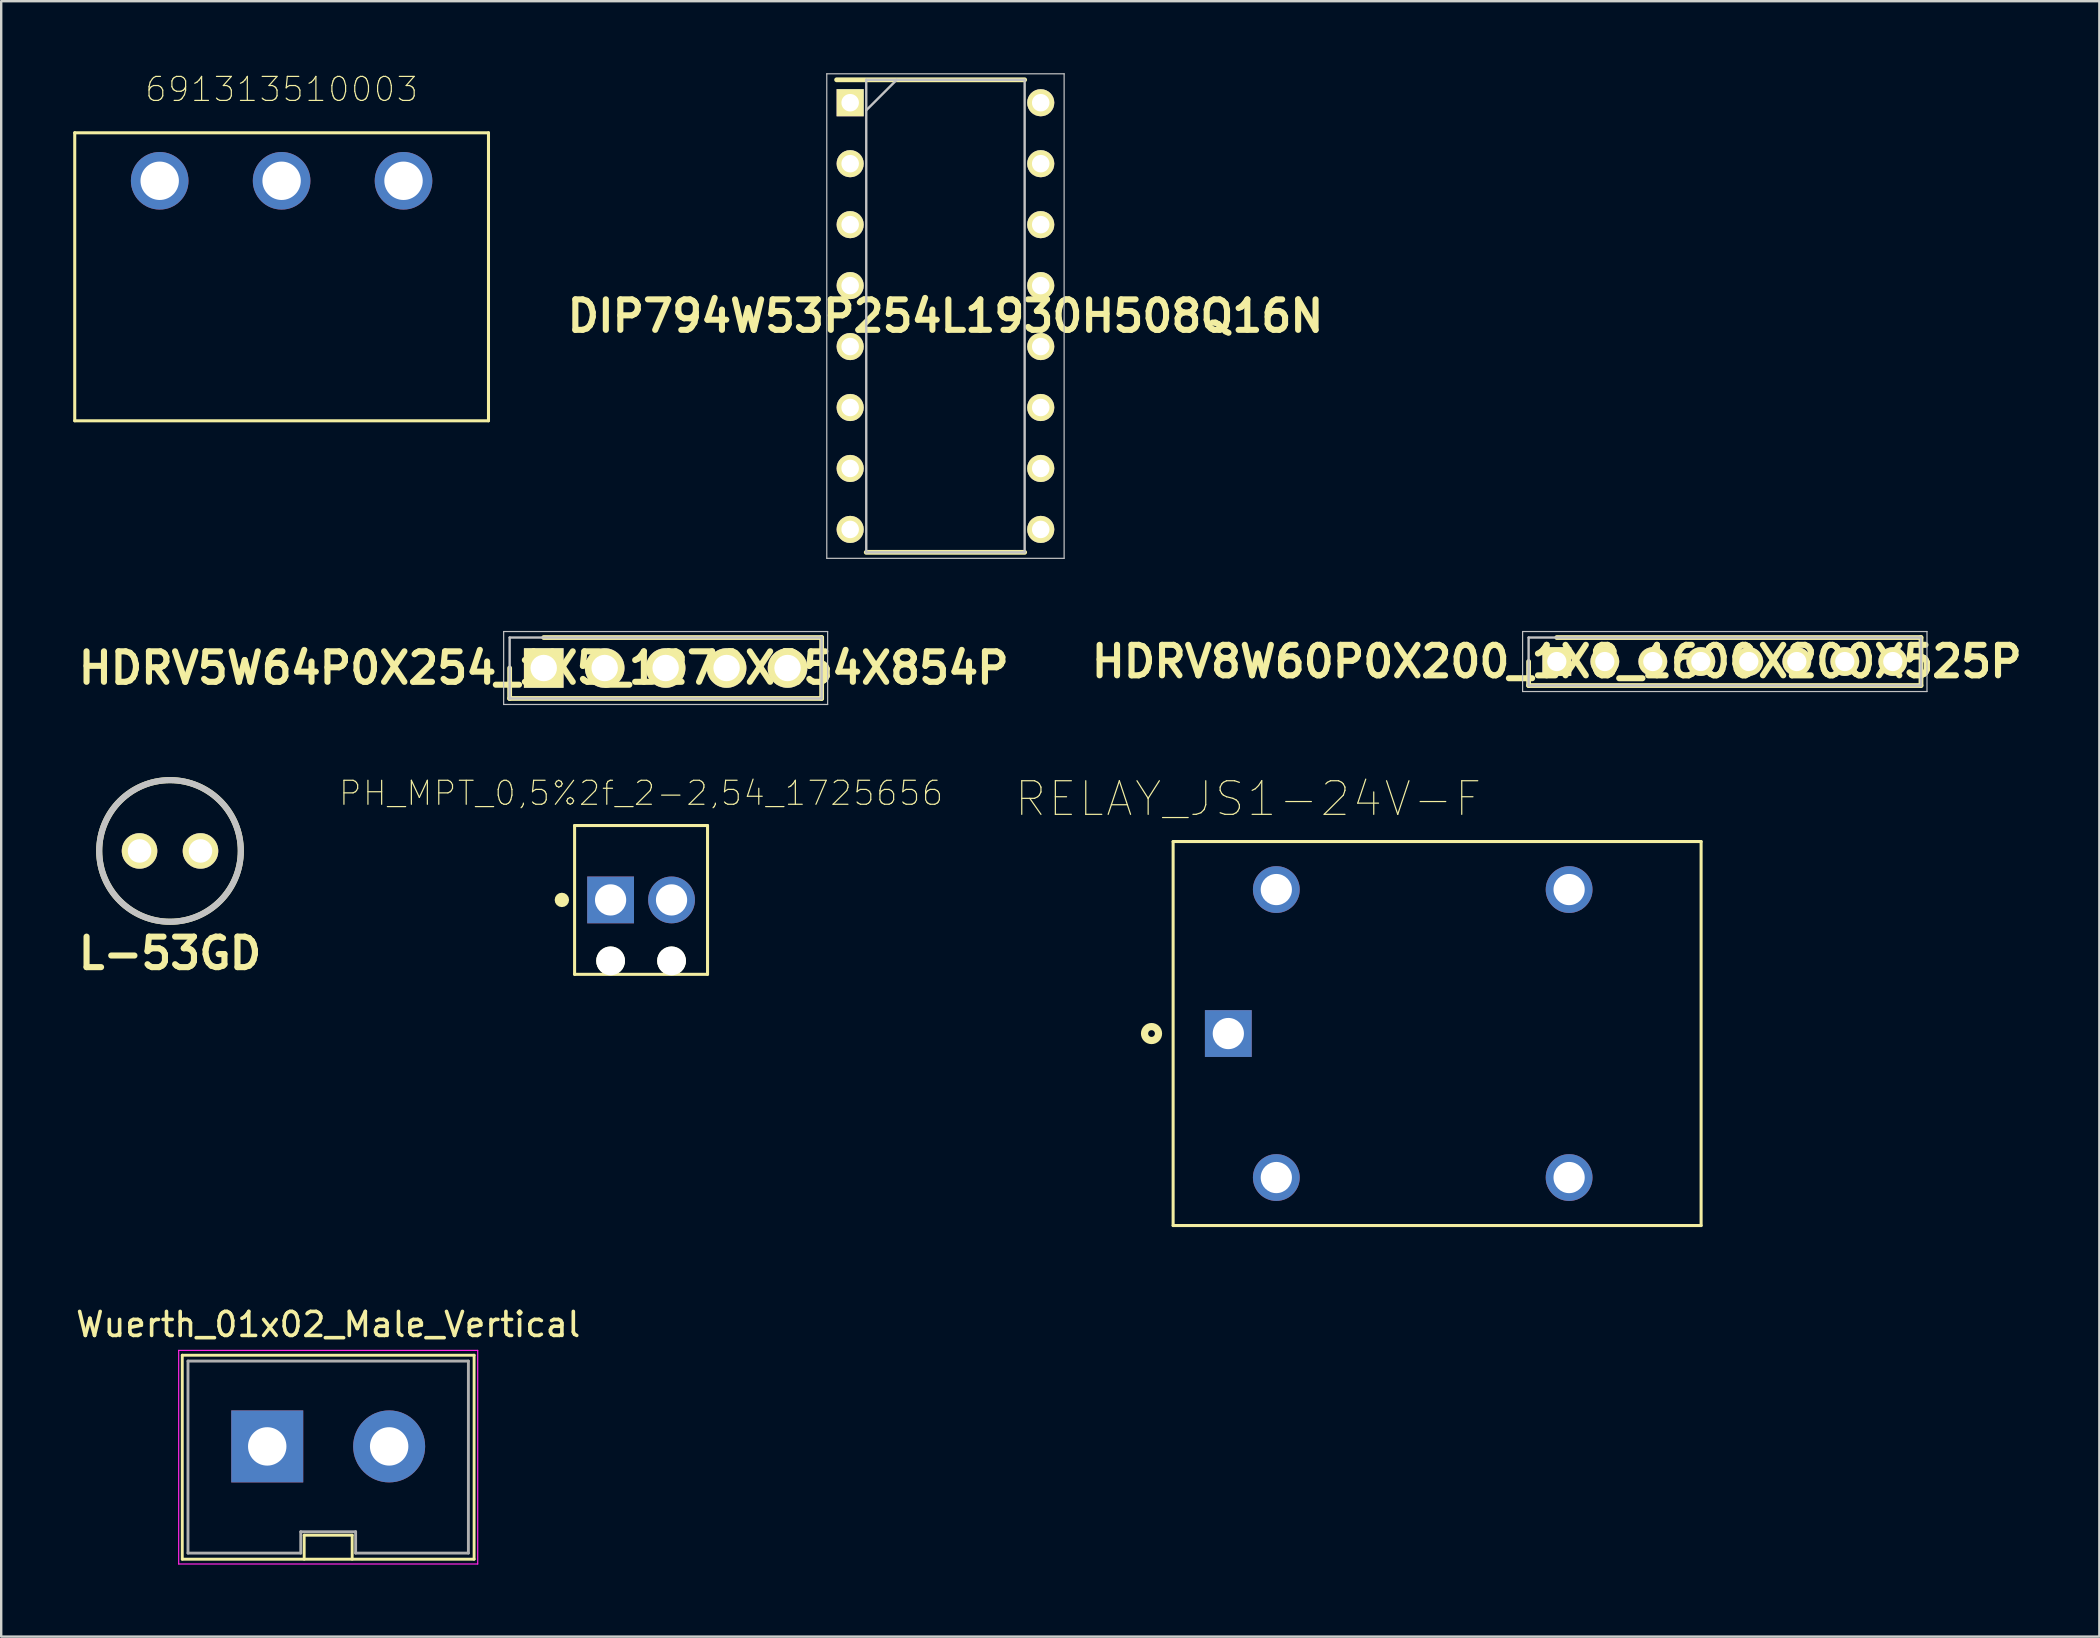
<source format=kicad_pcb>
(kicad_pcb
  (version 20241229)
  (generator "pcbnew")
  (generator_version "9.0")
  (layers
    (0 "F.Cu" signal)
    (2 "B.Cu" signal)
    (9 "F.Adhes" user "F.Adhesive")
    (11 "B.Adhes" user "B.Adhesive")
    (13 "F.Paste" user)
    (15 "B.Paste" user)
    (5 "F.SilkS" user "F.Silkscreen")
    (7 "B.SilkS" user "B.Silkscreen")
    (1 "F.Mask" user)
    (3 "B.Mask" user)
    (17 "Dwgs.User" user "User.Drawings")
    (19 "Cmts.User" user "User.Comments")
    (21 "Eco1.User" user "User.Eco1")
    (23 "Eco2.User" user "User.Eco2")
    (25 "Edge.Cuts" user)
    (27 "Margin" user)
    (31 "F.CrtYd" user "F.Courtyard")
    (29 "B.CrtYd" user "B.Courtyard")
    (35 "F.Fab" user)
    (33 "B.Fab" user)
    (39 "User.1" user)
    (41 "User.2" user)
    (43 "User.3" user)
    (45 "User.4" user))
  (footprint "HDRV5W64P0X254_1X5_1270X254X854P"
    (layer "F.Cu")
    (at 19.606 24.785)
    (property "Reference" "HDRV5W64P0X254_1X5_1270X254X854P" (at 0 0 0) (layer "F.SilkS") (effects (font (size 1.27 1.27) (thickness 0.254))))
    (attr through_hole)
    (fp_line (start -1.42 0) (end -1.42 1.27) (stroke (width 0.2) (type solid)) (layer "F.SilkS"))
    (fp_line (start -1.42 1.27) (end 11.58 1.27) (stroke (width 0.2) (type solid)) (layer "F.SilkS"))
    (fp_line (start 11.58 -1.27) (end 0 -1.27) (stroke (width 0.2) (type solid)) (layer "F.SilkS"))
    (fp_line (start 11.58 1.27) (end 11.58 -1.27) (stroke (width 0.2) (type solid)) (layer "F.SilkS"))
    (fp_line (start -1.67 -1.52) (end 11.83 -1.52) (stroke (width 0.05) (type solid)) (layer "Dwgs.User"))
    (fp_line (start -1.67 1.52) (end -1.67 -1.52) (stroke (width 0.05) (type solid)) (layer "Dwgs.User"))
    (fp_line (start -1.42 -1.27) (end 11.58 -1.27) (stroke (width 0.1) (type solid)) (layer "Dwgs.User"))
    (fp_line (start -1.42 1.27) (end -1.42 -1.27) (stroke (width 0.1) (type solid)) (layer "Dwgs.User"))
    (fp_line (start 11.58 -1.27) (end 11.58 1.27) (stroke (width 0.1) (type solid)) (layer "Dwgs.User"))
    (fp_line (start 11.58 1.27) (end -1.42 1.27) (stroke (width 0.1) (type solid)) (layer "Dwgs.User"))
    (fp_line (start 11.83 -1.52) (end 11.83 1.52) (stroke (width 0.05) (type solid)) (layer "Dwgs.User"))
    (fp_line (start 11.83 1.52) (end -1.67 1.52) (stroke (width 0.05) (type solid)) (layer "Dwgs.User"))
    (pad "1" thru_hole rect (at 0 0 90) (size 1.65 1.65) (drill 1.1) (layers "*.Cu" "*.Mask" "F.SilkS"))
    (pad "2" thru_hole circle (at 2.54 0 90) (size 1.65 1.65) (drill 1.1) (layers "*.Cu" "*.Mask" "F.SilkS"))
    (pad "3" thru_hole circle (at 5.08 0 90) (size 1.65 1.65) (drill 1.1) (layers "*.Cu" "*.Mask" "F.SilkS"))
    (pad "4" thru_hole circle (at 7.62 0 90) (size 1.65 1.65) (drill 1.1) (layers "*.Cu" "*.Mask" "F.SilkS"))
    (pad "5" thru_hole circle (at 10.16 0 90) (size 1.65 1.65) (drill 1.1) (layers "*.Cu" "*.Mask" "F.SilkS")))
  (footprint "L-53GD"
    (layer "F.Cu")
    (at 4.034 32.407)
    (property "Reference" "L-53GD" (at 0 4.267 0) (layer "F.SilkS") (effects (font (size 1.27 1.27) (thickness 0.254))))
    (attr through_hole)
    (fp_circle (center 0 0) (end 2.95 0) (stroke (width 0.254) (type solid)) (fill no) (layer "F.SilkS"))
    (fp_circle (center 0 0) (end 2.95 0) (stroke (width 0.254) (type solid)) (fill no) (layer "Dwgs.User"))
    (pad "1" thru_hole circle (at -1.27 0 90) (size 1.48 1.48) (drill 0.98) (layers "*.Cu" "*.Mask" "F.SilkS"))
    (pad "2" thru_hole circle (at 1.27 0 90) (size 1.48 1.48) (drill 0.98) (layers "*.Cu" "*.Mask" "F.SilkS")))
  (footprint "HDRV8W60P0X200_1X8_1600X200X525P"
    (layer "F.Cu")
    (at 61.819 24.515)
    (property "Reference" "HDRV8W60P0X200_1X8_1600X200X525P" (at 0 0 0) (layer "F.SilkS") (effects (font (size 1.27 1.27) (thickness 0.254))))
    (attr through_hole)
    (fp_line (start -1.175 0) (end -1.175 1) (stroke (width 0.2) (type solid)) (layer "F.SilkS"))
    (fp_line (start -1.175 1) (end 15.175 1) (stroke (width 0.2) (type solid)) (layer "F.SilkS"))
    (fp_line (start 15.175 -1) (end 0 -1) (stroke (width 0.2) (type solid)) (layer "F.SilkS"))
    (fp_line (start 15.175 1) (end 15.175 -1) (stroke (width 0.2) (type solid)) (layer "F.SilkS"))
    (fp_line (start -1.425 -1.25) (end 15.425 -1.25) (stroke (width 0.05) (type solid)) (layer "Dwgs.User"))
    (fp_line (start -1.425 1.25) (end -1.425 -1.25) (stroke (width 0.05) (type solid)) (layer "Dwgs.User"))
    (fp_line (start -1.175 -1) (end 15.175 -1) (stroke (width 0.1) (type solid)) (layer "Dwgs.User"))
    (fp_line (start -1.175 1) (end -1.175 -1) (stroke (width 0.1) (type solid)) (layer "Dwgs.User"))
    (fp_line (start 15.175 -1) (end 15.175 1) (stroke (width 0.1) (type solid)) (layer "Dwgs.User"))
    (fp_line (start 15.175 1) (end -1.175 1) (stroke (width 0.1) (type solid)) (layer "Dwgs.User"))
    (fp_line (start 15.425 -1.25) (end 15.425 1.25) (stroke (width 0.05) (type solid)) (layer "Dwgs.User"))
    (fp_line (start 15.425 1.25) (end -1.425 1.25) (stroke (width 0.05) (type solid)) (layer "Dwgs.User"))
    (pad "1" thru_hole rect (at 0 0 90) (size 1.2 1.2) (drill 0.8) (layers "*.Cu" "*.Mask" "F.SilkS"))
    (pad "2" thru_hole circle (at 2 0 90) (size 1.2 1.2) (drill 0.8) (layers "*.Cu" "*.Mask" "F.SilkS"))
    (pad "3" thru_hole circle (at 4 0 90) (size 1.2 1.2) (drill 0.8) (layers "*.Cu" "*.Mask" "F.SilkS"))
    (pad "4" thru_hole circle (at 6 0 90) (size 1.2 1.2) (drill 0.8) (layers "*.Cu" "*.Mask" "F.SilkS"))
    (pad "5" thru_hole circle (at 8 0 90) (size 1.2 1.2) (drill 0.8) (layers "*.Cu" "*.Mask" "F.SilkS"))
    (pad "6" thru_hole circle (at 10 0 90) (size 1.2 1.2) (drill 0.8) (layers "*.Cu" "*.Mask" "F.SilkS"))
    (pad "7" thru_hole circle (at 12 0 90) (size 1.2 1.2) (drill 0.8) (layers "*.Cu" "*.Mask" "F.SilkS"))
    (pad "8" thru_hole circle (at 14 0 90) (size 1.2 1.2) (drill 0.8) (layers "*.Cu" "*.Mask" "F.SilkS")))
  (footprint "DIP794W53P254L1930H508Q16N"
    (layer "F.Cu")
    (at 36.345 10.12)
    (property "Reference" "DIP794W53P254L1930H508Q16N" (at 0 0 0) (layer "F.SilkS") (effects (font (size 1.27 1.27) (thickness 0.254))))
    (attr through_hole)
    (fp_line (start -4.535 -9.845) (end 3.3 -9.845) (stroke (width 0.2) (type solid)) (layer "F.SilkS"))
    (fp_line (start -3.3 9.845) (end 3.3 9.845) (stroke (width 0.2) (type solid)) (layer "F.SilkS"))
    (fp_line (start -4.945 -10.095) (end 4.945 -10.095) (stroke (width 0.05) (type solid)) (layer "Dwgs.User"))
    (fp_line (start -4.945 10.095) (end -4.945 -10.095) (stroke (width 0.05) (type solid)) (layer "Dwgs.User"))
    (fp_line (start -3.3 -9.845) (end 3.3 -9.845) (stroke (width 0.1) (type solid)) (layer "Dwgs.User"))
    (fp_line (start -3.3 -8.575) (end -2.03 -9.845) (stroke (width 0.1) (type solid)) (layer "Dwgs.User"))
    (fp_line (start -3.3 9.845) (end -3.3 -9.845) (stroke (width 0.1) (type solid)) (layer "Dwgs.User"))
    (fp_line (start 3.3 -9.845) (end 3.3 9.845) (stroke (width 0.1) (type solid)) (layer "Dwgs.User"))
    (fp_line (start 3.3 9.845) (end -3.3 9.845) (stroke (width 0.1) (type solid)) (layer "Dwgs.User"))
    (fp_line (start 4.945 -10.095) (end 4.945 10.095) (stroke (width 0.05) (type solid)) (layer "Dwgs.User"))
    (fp_line (start 4.945 10.095) (end -4.945 10.095) (stroke (width 0.05) (type solid)) (layer "Dwgs.User"))
    (pad "1" thru_hole rect (at -3.97 -8.89 90) (size 1.13 1.13) (drill 0.73) (layers "*.Cu" "*.Mask" "F.SilkS"))
    (pad "2" thru_hole circle (at -3.97 -6.35 90) (size 1.13 1.13) (drill 0.73) (layers "*.Cu" "*.Mask" "F.SilkS"))
    (pad "3" thru_hole circle (at -3.97 -3.81 90) (size 1.13 1.13) (drill 0.73) (layers "*.Cu" "*.Mask" "F.SilkS"))
    (pad "4" thru_hole circle (at -3.97 -1.27 90) (size 1.13 1.13) (drill 0.73) (layers "*.Cu" "*.Mask" "F.SilkS"))
    (pad "5" thru_hole circle (at -3.97 1.27 90) (size 1.13 1.13) (drill 0.73) (layers "*.Cu" "*.Mask" "F.SilkS"))
    (pad "6" thru_hole circle (at -3.97 3.81 90) (size 1.13 1.13) (drill 0.73) (layers "*.Cu" "*.Mask" "F.SilkS"))
    (pad "7" thru_hole circle (at -3.97 6.35 90) (size 1.13 1.13) (drill 0.73) (layers "*.Cu" "*.Mask" "F.SilkS"))
    (pad "8" thru_hole circle (at -3.97 8.89 90) (size 1.13 1.13) (drill 0.73) (layers "*.Cu" "*.Mask" "F.SilkS"))
    (pad "9" thru_hole circle (at 3.97 8.89 90) (size 1.13 1.13) (drill 0.73) (layers "*.Cu" "*.Mask" "F.SilkS"))
    (pad "10" thru_hole circle (at 3.97 6.35 90) (size 1.13 1.13) (drill 0.73) (layers "*.Cu" "*.Mask" "F.SilkS"))
    (pad "11" thru_hole circle (at 3.97 3.81 90) (size 1.13 1.13) (drill 0.73) (layers "*.Cu" "*.Mask" "F.SilkS"))
    (pad "12" thru_hole circle (at 3.97 1.27 90) (size 1.13 1.13) (drill 0.73) (layers "*.Cu" "*.Mask" "F.SilkS"))
    (pad "13" thru_hole circle (at 3.97 -1.27 90) (size 1.13 1.13) (drill 0.73) (layers "*.Cu" "*.Mask" "F.SilkS"))
    (pad "14" thru_hole circle (at 3.97 -3.81 90) (size 1.13 1.13) (drill 0.73) (layers "*.Cu" "*.Mask" "F.SilkS"))
    (pad "15" thru_hole circle (at 3.97 -6.35 90) (size 1.13 1.13) (drill 0.73) (layers "*.Cu" "*.Mask" "F.SilkS"))
    (pad "16" thru_hole circle (at 3.97 -8.89 90) (size 1.13 1.13) (drill 0.73) (layers "*.Cu" "*.Mask" "F.SilkS")))
  (footprint "RELAY_JS1-24V-F"
    (layer "F.Cu")
    (at 56.832 40.016)
    (property "Reference" "RELAY_JS1-24V-F" (at -7.874 -9.779 0) (layer "F.SilkS") (effects (font (size 1.4 1.4) (thickness 0.05))))
    (attr through_hole)
    (fp_line (start -11 -8) (end 11 -8) (stroke (width 0.127) (type solid)) (layer "F.SilkS"))
    (fp_line (start -11 8) (end -11 -8) (stroke (width 0.127) (type solid)) (layer "F.SilkS"))
    (fp_line (start 11 -8) (end 11 8) (stroke (width 0.127) (type solid)) (layer "F.SilkS"))
    (fp_line (start 11 8) (end -11 8) (stroke (width 0.127) (type solid)) (layer "F.SilkS"))
    (fp_circle (center -11.9 0) (end -11.759 0) (stroke (width 0.3) (type solid)) (fill no) (layer "F.SilkS"))
    (fp_line (start -11.25 -8.25) (end 11.25 -8.25) (stroke (width 0.05) (type solid)) (layer "Eco1.User"))
    (fp_line (start -11.25 8.25) (end -11.25 -8.25) (stroke (width 0.05) (type solid)) (layer "Eco1.User"))
    (fp_line (start 11.25 -8.25) (end 11.25 8.25) (stroke (width 0.05) (type solid)) (layer "Eco1.User"))
    (fp_line (start 11.25 8.25) (end -11.25 8.25) (stroke (width 0.05) (type solid)) (layer "Eco1.User"))
    (fp_line (start -11 -8) (end 11 -8) (stroke (width 0.127) (type solid)) (layer "Eco2.User"))
    (fp_line (start -11 8) (end -11 -8) (stroke (width 0.127) (type solid)) (layer "Eco2.User"))
    (fp_line (start 11 -8) (end 11 8) (stroke (width 0.127) (type solid)) (layer "Eco2.User"))
    (fp_line (start 11 8) (end -11 8) (stroke (width 0.127) (type solid)) (layer "Eco2.User"))
    (fp_circle (center -11.9 0) (end -11.759 0) (stroke (width 0.3) (type solid)) (fill no) (layer "Eco2.User"))
    (pad "1" thru_hole rect (at -8.7 0) (size 1.95 1.95) (drill 1.3) (layers "*.Cu" "*.Mask"))
    (pad "2" thru_hole circle (at -6.7 6) (size 1.95 1.95) (drill 1.3) (layers "*.Cu" "*.Mask"))
    (pad "3" thru_hole circle (at 5.5 6) (size 1.95 1.95) (drill 1.3) (layers "*.Cu" "*.Mask"))
    (pad "4" thru_hole circle (at 5.5 -6) (size 1.95 1.95) (drill 1.3) (layers "*.Cu" "*.Mask"))
    (pad "5" thru_hole circle (at -6.7 -6) (size 1.95 1.95) (drill 1.3) (layers "*.Cu" "*.Mask")))
  (footprint "691313510003"
    (layer "F.Cu")
    (at 8.684 4.483)
    (property "Reference" "691313510003" (at 0 -3.81 0) (layer "F.SilkS") (effects (font (size 1 1) (thickness 0.05))))
    (attr through_hole)
    (fp_line (start -8.62 -2) (end -8.62 10) (stroke (width 0.127) (type solid)) (layer "F.SilkS"))
    (fp_line (start -8.62 10) (end 8.62 10) (stroke (width 0.127) (type solid)) (layer "F.SilkS"))
    (fp_line (start 8.62 -2) (end -8.62 -2) (stroke (width 0.127) (type solid)) (layer "F.SilkS"))
    (fp_line (start 8.62 10) (end 8.62 -2) (stroke (width 0.127) (type solid)) (layer "F.SilkS"))
    (pad "1" thru_hole circle (at -5.08 0) (size 2.4 2.4) (drill 1.6) (layers "*.Cu" "*.Mask"))
    (pad "2" thru_hole circle (at 0 0) (size 2.4 2.4) (drill 1.6) (layers "*.Cu" "*.Mask"))
    (pad "3" thru_hole circle (at 5.08 0) (size 2.4 2.4) (drill 1.6) (layers "*.Cu" "*.Mask")))
  (footprint "PH_MPT_0,5%2f_2-2,54_1725656"
    (layer "F.Cu")
    (at 23.662 34.448)
    (property "Reference" "PH_MPT_0,5%2f_2-2,54_1725656" (at 0 -4.445 0) (layer "F.SilkS") (effects (font (size 1 1) (thickness 0.05))))
    (attr through_hole)
    (fp_line (start -2.77 -3.1) (end 2.77 -3.1) (stroke (width 0.127) (type solid)) (layer "F.SilkS"))
    (fp_line (start -2.77 3.1) (end -2.77 -3.1) (stroke (width 0.127) (type solid)) (layer "F.SilkS"))
    (fp_line (start 2.77 -3.1) (end 2.77 3.1) (stroke (width 0.127) (type solid)) (layer "F.SilkS"))
    (fp_line (start 2.77 3.1) (end -2.77 3.1) (stroke (width 0.127) (type solid)) (layer "F.SilkS"))
    (fp_circle (center -3.3 0) (end -3.15 0) (stroke (width 0.3) (type solid)) (fill no) (layer "F.SilkS"))
    (fp_line (start -3.02 -3.35) (end 3.02 -3.35) (stroke (width 0.05) (type solid)) (layer "Eco1.User"))
    (fp_line (start -3.02 3.35) (end -3.02 -3.35) (stroke (width 0.05) (type solid)) (layer "Eco1.User"))
    (fp_line (start 3.02 -3.35) (end 3.02 3.35) (stroke (width 0.05) (type solid)) (layer "Eco1.User"))
    (fp_line (start 3.02 3.35) (end -3.02 3.35) (stroke (width 0.05) (type solid)) (layer "Eco1.User"))
    (fp_line (start -2.77 -3.1) (end 2.77 -3.1) (stroke (width 0.127) (type solid)) (layer "Eco2.User"))
    (fp_line (start -2.77 3.1) (end -2.77 -3.1) (stroke (width 0.127) (type solid)) (layer "Eco2.User"))
    (fp_line (start 2.77 -3.1) (end 2.77 3.1) (stroke (width 0.127) (type solid)) (layer "Eco2.User"))
    (fp_line (start 2.77 3.1) (end -2.77 3.1) (stroke (width 0.127) (type solid)) (layer "Eco2.User"))
    (pad "" np_thru_hole circle (at -1.27 2.54) (size 1.2 1.2) (drill 1.2) (layers "*.Cu" "*.Mask" "F.SilkS"))
    (pad "" np_thru_hole circle (at 1.27 2.54) (size 1.2 1.2) (drill 1.2) (layers "*.Cu" "*.Mask" "F.SilkS"))
    (pad "1" thru_hole rect (at -1.27 0) (size 1.95 1.95) (drill 1.3) (layers "*.Cu" "*.Mask"))
    (pad "2" thru_hole circle (at 1.27 0) (size 1.95 1.95) (drill 1.3) (layers "*.Cu" "*.Mask")))
  (footprint "Wuerth_01x02_Male_Vertical"
    (layer "F.Cu")
    (at 10.625 57.219)
    (property "Reference" "Wuerth_01x02_Male_Vertical" (at 0 -5.08 0) (layer "F.SilkS") (effects (font (size 1 1) (thickness 0.15))))
    (attr through_hole)
    (fp_line (start -6.08 -3.8) (end -6.08 4.7) (stroke (width 0.12) (type solid)) (layer "F.SilkS"))
    (fp_line (start -1 3.7) (end 1 3.7) (stroke (width 0.12) (type solid)) (layer "F.SilkS"))
    (fp_line (start -1 4.7) (end -1 3.7) (stroke (width 0.12) (type solid)) (layer "F.SilkS"))
    (fp_line (start 1 3.7) (end 1 4.7) (stroke (width 0.12) (type solid)) (layer "F.SilkS"))
    (fp_line (start 6.08 -3.8) (end -6.08 -3.8) (stroke (width 0.12) (type solid)) (layer "F.SilkS"))
    (fp_line (start 6.08 -3.8) (end 6.08 4.7) (stroke (width 0.12) (type solid)) (layer "F.SilkS"))
    (fp_line (start 6.08 4.7) (end -6.08 4.7) (stroke (width 0.12) (type solid)) (layer "F.SilkS"))
    (fp_line (start -6.23 -4) (end -6.23 4.9) (stroke (width 0.05) (type solid)) (layer "F.CrtYd"))
    (fp_line (start -6.23 -4) (end 6.23 -4) (stroke (width 0.05) (type solid)) (layer "F.CrtYd"))
    (fp_line (start 6.23 -4) (end 6.23 4.9) (stroke (width 0.05) (type solid)) (layer "F.CrtYd"))
    (fp_line (start 6.23 4.9) (end -6.23 4.9) (stroke (width 0.05) (type solid)) (layer "F.CrtYd"))
    (fp_line (start -5.842 -3.556) (end -5.842 4.445) (stroke (width 0.12) (type solid)) (layer "F.Fab"))
    (fp_line (start -5.842 4.445) (end -1.143 4.445) (stroke (width 0.12) (type solid)) (layer "F.Fab"))
    (fp_line (start -1.143 3.556) (end 1.143 3.556) (stroke (width 0.12) (type solid)) (layer "F.Fab"))
    (fp_line (start -1.143 4.445) (end -1.143 3.556) (stroke (width 0.12) (type solid)) (layer "F.Fab"))
    (fp_line (start 1.143 3.556) (end 1.143 4.445) (stroke (width 0.12) (type solid)) (layer "F.Fab"))
    (fp_line (start 1.143 4.445) (end 5.842 4.445) (stroke (width 0.12) (type solid)) (layer "F.Fab"))
    (fp_line (start 5.842 -3.556) (end -5.842 -3.556) (stroke (width 0.12) (type solid)) (layer "F.Fab"))
    (fp_line (start 5.842 4.445) (end 5.842 -3.556) (stroke (width 0.12) (type solid)) (layer "F.Fab"))
    (pad "1" thru_hole rect (at -2.54 0) (size 3 3) (drill 1.6) (layers "*.Cu" "*.Mask"))
    (pad "2" thru_hole circle (at 2.54 0) (size 3 3) (drill 1.6) (layers "*.Cu" "*.Mask")))
  (gr_rect
    (start -3 -3)
    (end 84.426 65.144)
    (stroke (width 0.1) (type default))
    (fill no)
    (layer "Edge.Cuts")))
</source>
